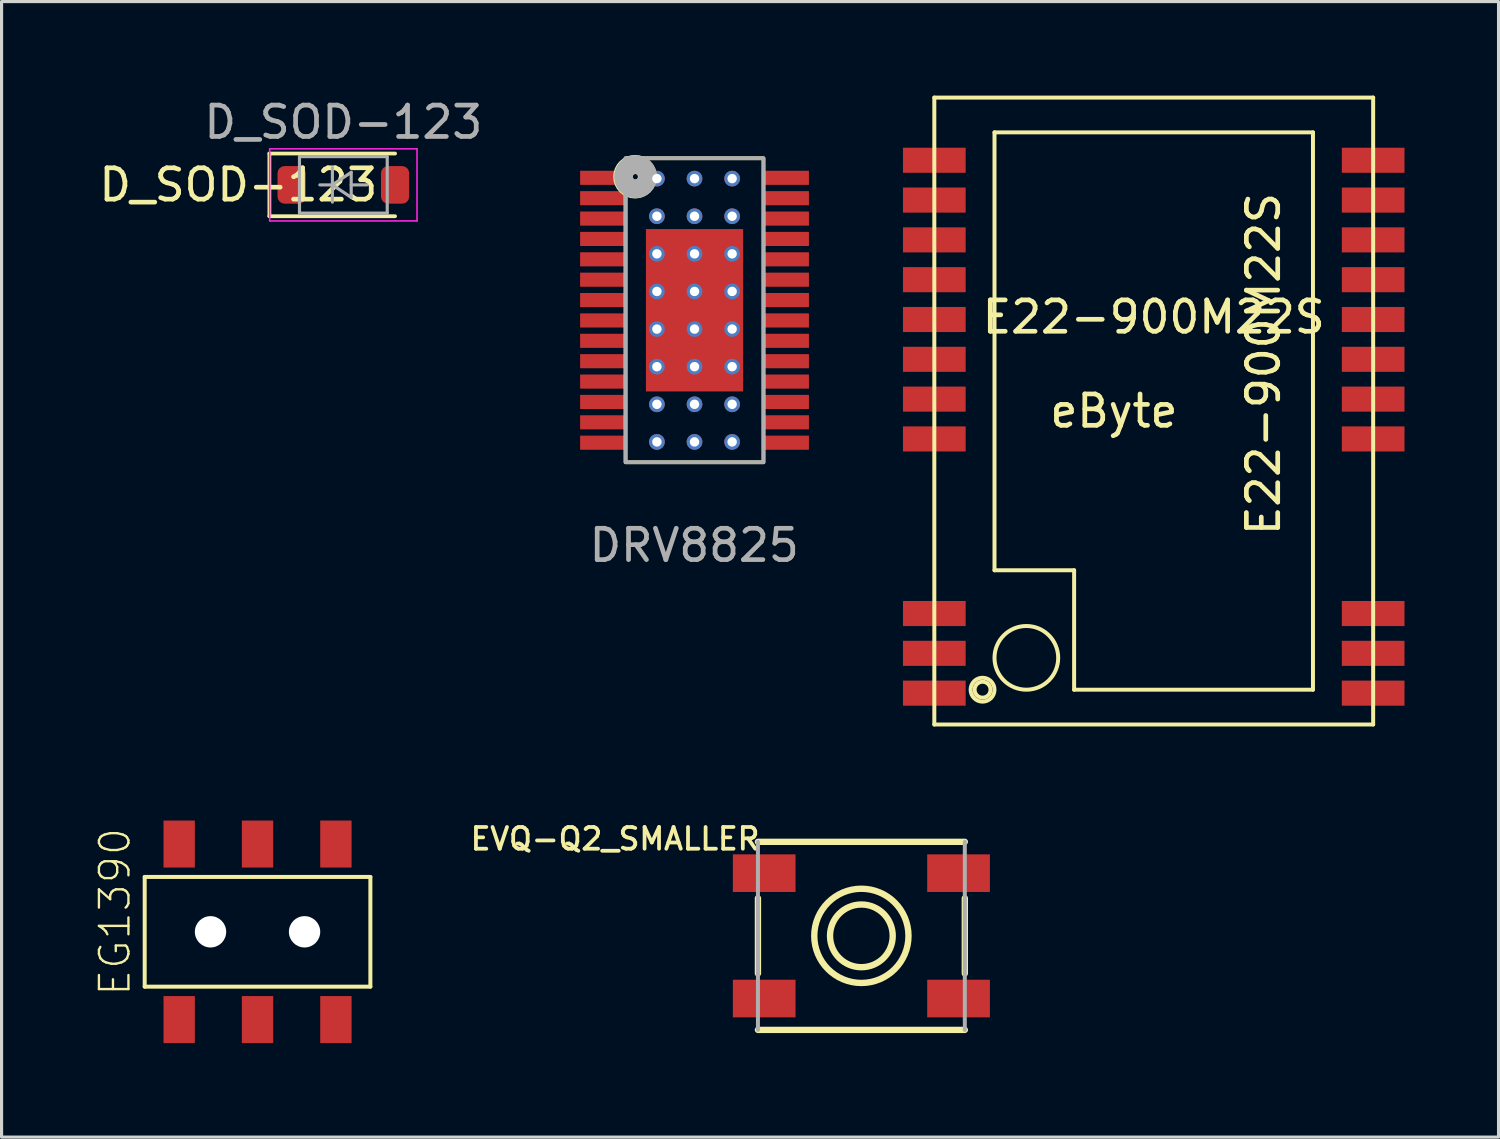
<source format=kicad_pcb>
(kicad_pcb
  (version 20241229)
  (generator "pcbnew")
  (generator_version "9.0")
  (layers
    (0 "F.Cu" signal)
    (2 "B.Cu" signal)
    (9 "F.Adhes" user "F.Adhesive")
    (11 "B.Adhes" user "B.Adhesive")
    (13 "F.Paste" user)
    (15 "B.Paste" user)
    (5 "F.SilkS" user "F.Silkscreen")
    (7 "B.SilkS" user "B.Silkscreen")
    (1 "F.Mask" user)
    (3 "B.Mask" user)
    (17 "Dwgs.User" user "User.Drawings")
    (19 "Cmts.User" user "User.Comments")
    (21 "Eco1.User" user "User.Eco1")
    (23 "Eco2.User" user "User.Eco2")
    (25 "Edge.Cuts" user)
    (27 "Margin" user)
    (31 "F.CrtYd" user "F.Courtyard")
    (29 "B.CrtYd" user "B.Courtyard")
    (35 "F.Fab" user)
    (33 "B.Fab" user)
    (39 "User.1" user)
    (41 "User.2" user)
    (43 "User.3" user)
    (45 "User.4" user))
  (footprint "DRV8825"
    (layer "F.Cu")
    (at 19.107 6.848)
    (property "Reference" "DRV8825" (at 0 -6 0) (unlocked yes) (layer "User.1") (effects (font (size 1 1) (thickness 0.15))))
    (fp_rect (start -2.2 -4.85) (end 2.2 4.85) (stroke (width 0.12) (type solid)) (fill no) (layer "F.SilkS"))
    (fp_circle (center -1.9 -4.26) (end -1.806 -4.26) (stroke (width 0.6) (type solid)) (fill no) (layer "F.SilkS"))
    (fp_rect (start -2.2 -4.85) (end 2.2 4.85) (stroke (width 0.12) (type solid)) (fill no) (layer "F.Fab"))
    (fp_circle (center -1.88 -4.26) (end -1.795 -4.26) (stroke (width 0.6) (type solid)) (fill no) (layer "F.Fab"))
    (fp_text user "${REFERENCE}" (at -0.01 7.5 0) (unlocked yes) (layer "F.Fab") (effects (font (size 1 1) (thickness 0.15))))
    (pad "1" smd rect (at -2.9 -4.225) (size 1.5 0.45) (layers "F.Cu" "F.Mask" "F.Paste"))
    (pad "2" smd rect (at -2.9 -3.575) (size 1.5 0.45) (layers "F.Cu" "F.Mask" "F.Paste"))
    (pad "3" smd rect (at -2.9 -2.925) (size 1.5 0.45) (layers "F.Cu" "F.Mask" "F.Paste"))
    (pad "4" smd rect (at -2.9 -2.275) (size 1.5 0.45) (layers "F.Cu" "F.Mask" "F.Paste"))
    (pad "5" smd rect (at -2.9 -1.625) (size 1.5 0.45) (layers "F.Cu" "F.Mask" "F.Paste"))
    (pad "6" smd rect (at -2.9 -0.975) (size 1.5 0.45) (layers "F.Cu" "F.Mask" "F.Paste"))
    (pad "7" smd rect (at -2.9 -0.325) (size 1.5 0.45) (layers "F.Cu" "F.Mask" "F.Paste"))
    (pad "8" smd rect (at -2.9 0.325) (size 1.5 0.45) (layers "F.Cu" "F.Mask" "F.Paste"))
    (pad "9" smd rect (at -2.9 0.975) (size 1.5 0.45) (layers "F.Cu" "F.Mask" "F.Paste"))
    (pad "10" smd rect (at -2.9 1.625) (size 1.5 0.45) (layers "F.Cu" "F.Mask" "F.Paste"))
    (pad "11" smd rect (at -2.9 2.275) (size 1.5 0.45) (layers "F.Cu" "F.Mask" "F.Paste"))
    (pad "12" smd rect (at -2.9 2.925) (size 1.5 0.45) (layers "F.Cu" "F.Mask" "F.Paste"))
    (pad "13" smd rect (at -2.9 3.575) (size 1.5 0.45) (layers "F.Cu" "F.Mask" "F.Paste"))
    (pad "14" smd rect (at -2.9 4.225) (size 1.5 0.45) (layers "F.Cu" "F.Mask" "F.Paste"))
    (pad "15" smd rect (at 2.9 4.225) (size 1.5 0.45) (layers "F.Cu" "F.Mask" "F.Paste"))
    (pad "16" smd rect (at 2.9 3.575) (size 1.5 0.45) (layers "F.Cu" "F.Mask" "F.Paste"))
    (pad "17" smd rect (at 2.9 2.925) (size 1.5 0.45) (layers "F.Cu" "F.Mask" "F.Paste"))
    (pad "18" smd rect (at 2.9 2.275) (size 1.5 0.45) (layers "F.Cu" "F.Mask" "F.Paste"))
    (pad "19" smd rect (at 2.9 1.625) (size 1.5 0.45) (layers "F.Cu" "F.Mask" "F.Paste"))
    (pad "20" smd rect (at 2.9 0.975) (size 1.5 0.45) (layers "F.Cu" "F.Mask" "F.Paste"))
    (pad "21" smd rect (at 2.9 0.325) (size 1.5 0.45) (layers "F.Cu" "F.Mask" "F.Paste"))
    (pad "22" smd rect (at 2.9 -0.325) (size 1.5 0.45) (layers "F.Cu" "F.Mask" "F.Paste"))
    (pad "23" smd rect (at 2.9 -0.975) (size 1.5 0.45) (layers "F.Cu" "F.Mask" "F.Paste"))
    (pad "24" smd rect (at 2.9 -1.625) (size 1.5 0.45) (layers "F.Cu" "F.Mask" "F.Paste"))
    (pad "25" smd rect (at 2.9 -2.275) (size 1.5 0.45) (layers "F.Cu" "F.Mask" "F.Paste"))
    (pad "26" smd rect (at 2.9 -2.925) (size 1.5 0.45) (layers "F.Cu" "F.Mask" "F.Paste"))
    (pad "27" smd rect (at 2.9 -3.575) (size 1.5 0.45) (layers "F.Cu" "F.Mask" "F.Paste"))
    (pad "28" smd rect (at 2.9 -4.225) (size 1.5 0.45) (layers "F.Cu" "F.Mask" "F.Paste"))
    (pad "29" thru_hole circle (at -1.2 -4.2) (size 0.5 0.5) (drill 0.3) (layers "*.Cu"))
    (pad "29" thru_hole circle (at -1.2 -3) (size 0.5 0.5) (drill 0.3) (layers "*.Cu"))
    (pad "29" thru_hole circle (at -1.2 -1.8) (size 0.5 0.5) (drill 0.3) (layers "*.Cu"))
    (pad "29" thru_hole circle (at -1.2 -0.6) (size 0.5 0.5) (drill 0.3) (layers "*.Cu"))
    (pad "29" thru_hole circle (at -1.2 0.6) (size 0.5 0.5) (drill 0.3) (layers "*.Cu"))
    (pad "29" thru_hole circle (at -1.2 1.8) (size 0.5 0.5) (drill 0.3) (layers "*.Cu"))
    (pad "29" thru_hole circle (at -1.2 3) (size 0.5 0.5) (drill 0.3) (layers "*.Cu"))
    (pad "29" thru_hole circle (at -1.2 4.2) (size 0.5 0.5) (drill 0.3) (layers "*.Cu"))
    (pad "29" thru_hole circle (at 0 -4.2) (size 0.5 0.5) (drill 0.3) (layers "*.Cu"))
    (pad "29" thru_hole circle (at 0 -3) (size 0.5 0.5) (drill 0.3) (layers "*.Cu"))
    (pad "29" thru_hole circle (at 0 -1.8) (size 0.5 0.5) (drill 0.3) (layers "*.Cu"))
    (pad "29" thru_hole circle (at 0 -0.6) (size 0.5 0.5) (drill 0.3) (layers "*.Cu"))
    (pad "29" smd rect (at 0 0) (size 3.1 5.18) (layers "F.Cu" "F.Mask" "F.Paste"))
    (pad "29" thru_hole circle (at 0 0.6) (size 0.5 0.5) (drill 0.3) (layers "*.Cu"))
    (pad "29" thru_hole circle (at 0 1.8) (size 0.5 0.5) (drill 0.3) (layers "*.Cu"))
    (pad "29" thru_hole circle (at 0 3) (size 0.5 0.5) (drill 0.3) (layers "*.Cu"))
    (pad "29" thru_hole circle (at 0 4.2) (size 0.5 0.5) (drill 0.3) (layers "*.Cu"))
    (pad "29" thru_hole circle (at 1.2 -4.2) (size 0.5 0.5) (drill 0.3) (layers "*.Cu"))
    (pad "29" thru_hole circle (at 1.2 -3) (size 0.5 0.5) (drill 0.3) (layers "*.Cu"))
    (pad "29" thru_hole circle (at 1.2 -1.8) (size 0.5 0.5) (drill 0.3) (layers "*.Cu"))
    (pad "29" thru_hole circle (at 1.2 -0.6) (size 0.5 0.5) (drill 0.3) (layers "*.Cu"))
    (pad "29" thru_hole circle (at 1.2 0.6) (size 0.5 0.5) (drill 0.3) (layers "*.Cu"))
    (pad "29" thru_hole circle (at 1.2 1.8) (size 0.5 0.5) (drill 0.3) (layers "*.Cu"))
    (pad "29" thru_hole circle (at 1.2 3) (size 0.5 0.5) (drill 0.3) (layers "*.Cu"))
    (pad "29" thru_hole circle (at 1.2 4.2) (size 0.5 0.5) (drill 0.3) (layers "*.Cu")))
  (footprint "EG1390"
    (layer "F.Cu")
    (at 5.166 26.677)
    (property "Reference" "EG1390" (at -4 2.1 90) (layer "F.SilkS") (effects (font (size 0.941 0.941) (thickness 0.075)) (justify left bottom)))
    (fp_line (start -3.6 -1.75) (end 3.6 -1.75) (stroke (width 0.127) (type solid)) (layer "F.SilkS"))
    (fp_line (start -3.6 1.75) (end -3.6 -1.75) (stroke (width 0.127) (type solid)) (layer "F.SilkS"))
    (fp_line (start 3.6 -1.75) (end 3.6 1.75) (stroke (width 0.127) (type solid)) (layer "F.SilkS"))
    (fp_line (start 3.6 1.75) (end -3.6 1.75) (stroke (width 0.127) (type solid)) (layer "F.SilkS"))
    (pad "" np_thru_hole circle (at -1.5 0) (size 1 1) (drill 1) (layers "*.Cu" "*.Mask"))
    (pad "" np_thru_hole circle (at 1.5 0) (size 1 1) (drill 1) (layers "*.Cu" "*.Mask"))
    (pad "O1" smd rect (at -2.5 -2.8) (size 1 1.5) (layers "F.Cu" "F.Mask" "F.Paste"))
    (pad "O2" smd rect (at -2.5 2.8) (size 1 1.5) (layers "F.Cu" "F.Mask" "F.Paste"))
    (pad "P1" smd rect (at 0 -2.8) (size 1 1.5) (layers "F.Cu" "F.Mask" "F.Paste"))
    (pad "P2" smd rect (at 0 2.8) (size 1 1.5) (layers "F.Cu" "F.Mask" "F.Paste"))
    (pad "S1" smd rect (at 2.5 -2.8) (size 1 1.5) (layers "F.Cu" "F.Mask" "F.Paste"))
    (pad "S2" smd rect (at 2.5 2.8) (size 1 1.5) (layers "F.Cu" "F.Mask" "F.Paste")))
  (footprint "D_SOD-123"
    (layer "F.Cu")
    (at 7.904 2.848)
    (property "Reference" "D_SOD-123" (at -3.35 0 180) (layer "F.SilkS") (effects (font (size 1 1) (thickness 0.15))))
    (attr smd)
    (fp_line (start -2.36 -1) (end -2.36 1) (stroke (width 0.12) (type solid)) (layer "F.SilkS"))
    (fp_line (start -2.36 -1) (end 1.65 -1) (stroke (width 0.12) (type solid)) (layer "F.SilkS"))
    (fp_line (start -2.36 1) (end 1.65 1) (stroke (width 0.12) (type solid)) (layer "F.SilkS"))
    (fp_line (start -2.35 -1.15) (end -2.35 1.15) (stroke (width 0.05) (type solid)) (layer "F.CrtYd"))
    (fp_line (start -2.35 -1.15) (end 2.35 -1.15) (stroke (width 0.05) (type solid)) (layer "F.CrtYd"))
    (fp_line (start 2.35 -1.15) (end 2.35 1.15) (stroke (width 0.05) (type solid)) (layer "F.CrtYd"))
    (fp_line (start 2.35 1.15) (end -2.35 1.15) (stroke (width 0.05) (type solid)) (layer "F.CrtYd"))
    (fp_line (start -1.4 -0.9) (end 1.4 -0.9) (stroke (width 0.1) (type solid)) (layer "F.Fab"))
    (fp_line (start -1.4 0.9) (end -1.4 -0.9) (stroke (width 0.1) (type solid)) (layer "F.Fab"))
    (fp_line (start -0.75 0) (end -0.35 0) (stroke (width 0.1) (type solid)) (layer "F.Fab"))
    (fp_line (start -0.35 0) (end -0.35 -0.55) (stroke (width 0.1) (type solid)) (layer "F.Fab"))
    (fp_line (start -0.35 0) (end -0.35 0.55) (stroke (width 0.1) (type solid)) (layer "F.Fab"))
    (fp_line (start -0.35 0) (end 0.25 -0.4) (stroke (width 0.1) (type solid)) (layer "F.Fab"))
    (fp_line (start 0.25 -0.4) (end 0.25 0.4) (stroke (width 0.1) (type solid)) (layer "F.Fab"))
    (fp_line (start 0.25 0) (end 0.75 0) (stroke (width 0.1) (type solid)) (layer "F.Fab"))
    (fp_line (start 0.25 0.4) (end -0.35 0) (stroke (width 0.1) (type solid)) (layer "F.Fab"))
    (fp_line (start 1.4 -0.9) (end 1.4 0.9) (stroke (width 0.1) (type solid)) (layer "F.Fab"))
    (fp_line (start 1.4 0.9) (end -1.4 0.9) (stroke (width 0.1) (type solid)) (layer "F.Fab"))
    (fp_text user "${REFERENCE}" (at 0 -2 180) (layer "F.Fab") (effects (font (size 1 1) (thickness 0.15))))
    (pad "1" smd roundrect (at -1.65 0) (size 0.9 1.2) (layers "F.Cu" "F.Mask" "F.Paste") (roundrect_rratio 0.25))
    (pad "2" smd roundrect (at 1.65 0) (size 0.9 1.2) (layers "F.Cu" "F.Mask" "F.Paste") (roundrect_rratio 0.25)))
  (footprint "E22-900M22S"
    (layer "F.Cu")
    (at 33.757 10.063)
    (property "Reference" "E22-900M22S" (at 0 -3 0) (layer "F.SilkS") (effects (font (size 1 1) (thickness 0.15))))
    (attr smd)
    (fp_line (start -7 -10) (end 7 -10) (stroke (width 0.127) (type solid)) (layer "F.SilkS"))
    (fp_line (start -7 10) (end -7 -10) (stroke (width 0.127) (type solid)) (layer "F.SilkS"))
    (fp_line (start -5.08 -8.89) (end 5.08 -8.89) (stroke (width 0.127) (type solid)) (layer "F.SilkS"))
    (fp_line (start -5.08 5.08) (end -5.08 -8.89) (stroke (width 0.127) (type solid)) (layer "F.SilkS"))
    (fp_line (start -2.54 5.08) (end -5.08 5.08) (stroke (width 0.127) (type solid)) (layer "F.SilkS"))
    (fp_line (start -2.54 8.89) (end -2.54 5.08) (stroke (width 0.127) (type solid)) (layer "F.SilkS"))
    (fp_line (start 5.08 -8.89) (end 5.08 8.89) (stroke (width 0.127) (type solid)) (layer "F.SilkS"))
    (fp_line (start 5.08 8.89) (end -2.54 8.89) (stroke (width 0.127) (type solid)) (layer "F.SilkS"))
    (fp_line (start 7 -10) (end 7 10) (stroke (width 0.127) (type solid)) (layer "F.SilkS"))
    (fp_line (start 7 10) (end -7 10) (stroke (width 0.127) (type solid)) (layer "F.SilkS"))
    (fp_circle (center -5.461 8.89) (end -5.207 8.89) (stroke (width 0.127) (type solid)) (fill no) (layer "F.SilkS"))
    (fp_circle (center -5.461 8.89) (end -5.08 8.89) (stroke (width 0.127) (type solid)) (fill no) (layer "F.SilkS"))
    (fp_circle (center -4.064 7.874) (end -3.048 7.874) (stroke (width 0.127) (type solid)) (fill no) (layer "F.SilkS"))
    (fp_text user "E22-900M22S" (at 3.5 -1.5 90) (layer "F.SilkS") (effects (font (size 1 1) (thickness 0.15))))
    (fp_text user "eByte" (at -1.27 0 0) (layer "F.SilkS") (effects (font (size 1 1) (thickness 0.15))))
    (pad "1" smd rect (at 7 9 180) (size 2 0.8) (layers "F.Cu" "F.Mask" "F.Paste"))
    (pad "2" smd rect (at 7 7.73 180) (size 2 0.8) (layers "F.Cu" "F.Mask" "F.Paste"))
    (pad "3" smd rect (at 7 6.46 180) (size 2 0.8) (layers "F.Cu" "F.Mask" "F.Paste"))
    (pad "4" smd rect (at 7 0.89 180) (size 2 0.8) (layers "F.Cu" "F.Mask" "F.Paste"))
    (pad "5" smd rect (at 7 -0.38 180) (size 2 0.8) (layers "F.Cu" "F.Mask" "F.Paste"))
    (pad "6" smd rect (at 7 -1.65 180) (size 2 0.8) (layers "F.Cu" "F.Mask" "F.Paste"))
    (pad "7" smd rect (at 7 -2.92 180) (size 2 0.8) (layers "F.Cu" "F.Mask" "F.Paste"))
    (pad "8" smd rect (at 7 -4.19 180) (size 2 0.8) (layers "F.Cu" "F.Mask" "F.Paste"))
    (pad "9" smd rect (at 7 -5.46 180) (size 2 0.8) (layers "F.Cu" "F.Mask" "F.Paste"))
    (pad "10" smd rect (at 7 -6.73 180) (size 2 0.8) (layers "F.Cu" "F.Mask" "F.Paste"))
    (pad "11" smd rect (at 7 -8 180) (size 2 0.8) (layers "F.Cu" "F.Mask" "F.Paste"))
    (pad "12" smd rect (at -7 -8 180) (size 2 0.8) (layers "F.Cu" "F.Mask" "F.Paste"))
    (pad "13" smd rect (at -7 -6.73 180) (size 2 0.8) (layers "F.Cu" "F.Mask" "F.Paste"))
    (pad "14" smd rect (at -7 -5.46 180) (size 2 0.8) (layers "F.Cu" "F.Mask" "F.Paste"))
    (pad "15" smd rect (at -7 -4.19 180) (size 2 0.8) (layers "F.Cu" "F.Mask" "F.Paste"))
    (pad "16" smd rect (at -7 -2.92 180) (size 2 0.8) (layers "F.Cu" "F.Mask" "F.Paste"))
    (pad "17" smd rect (at -7 -1.65 180) (size 2 0.8) (layers "F.Cu" "F.Mask" "F.Paste"))
    (pad "18" smd rect (at -7 -0.38 180) (size 2 0.8) (layers "F.Cu" "F.Mask" "F.Paste"))
    (pad "19" smd rect (at -7 0.89 180) (size 2 0.8) (layers "F.Cu" "F.Mask" "F.Paste"))
    (pad "20" smd rect (at -7 6.46 180) (size 2 0.8) (layers "F.Cu" "F.Mask" "F.Paste"))
    (pad "21" smd rect (at -7 7.73 180) (size 2 0.8) (layers "F.Cu" "F.Mask" "F.Paste"))
    (pad "22" smd rect (at -7 9 180) (size 2 0.8) (layers "F.Cu" "F.Mask" "F.Paste")))
  (footprint "EVQ-Q2_SMALLER"
    (layer "F.Cu")
    (at 24.43 26.806)
    (property "Reference" "EVQ-Q2_SMALLER" (at -3.175 -3.5 180) (layer "F.SilkS") (effects (font (size 0.693 0.693) (thickness 0.12)) (justify right top)))
    (fp_line (start -3.3 -3) (end 3.3 -3) (stroke (width 0.203) (type solid)) (layer "F.SilkS"))
    (fp_line (start -3.3 1.2) (end -3.3 -1.2) (stroke (width 0.203) (type solid)) (layer "F.SilkS"))
    (fp_line (start 3.3 -1.2) (end 3.3 1.2) (stroke (width 0.203) (type solid)) (layer "F.SilkS"))
    (fp_line (start 3.3 3) (end -3.3 3) (stroke (width 0.203) (type solid)) (layer "F.SilkS"))
    (fp_circle (center 0 0) (end 1 0) (stroke (width 0.203) (type solid)) (fill no) (layer "F.SilkS"))
    (fp_circle (center 0 0) (end 1.503 0) (stroke (width 0.203) (type solid)) (fill no) (layer "F.SilkS"))
    (fp_line (start -3.3 3) (end -3.3 -3) (stroke (width 0.127) (type solid)) (layer "F.Fab"))
    (fp_line (start 3.3 -3) (end 3.3 3) (stroke (width 0.127) (type solid)) (layer "F.Fab"))
    (pad "A" smd rect (at -3.1 2) (size 2 1.2) (layers "F.Cu" "F.Mask" "F.Paste"))
    (pad "A'" smd rect (at 3.1 2) (size 2 1.2) (layers "F.Cu" "F.Mask" "F.Paste"))
    (pad "B" smd rect (at -3.1 -2) (size 2 1.2) (layers "F.Cu" "F.Mask" "F.Paste"))
    (pad "B'" smd rect (at 3.1 -2) (size 2 1.2) (layers "F.Cu" "F.Mask" "F.Paste")))
  (gr_rect
    (start -3 -3)
    (end 44.757 33.227)
    (stroke (width 0.1) (type default))
    (fill no)
    (layer "Edge.Cuts")))
</source>
